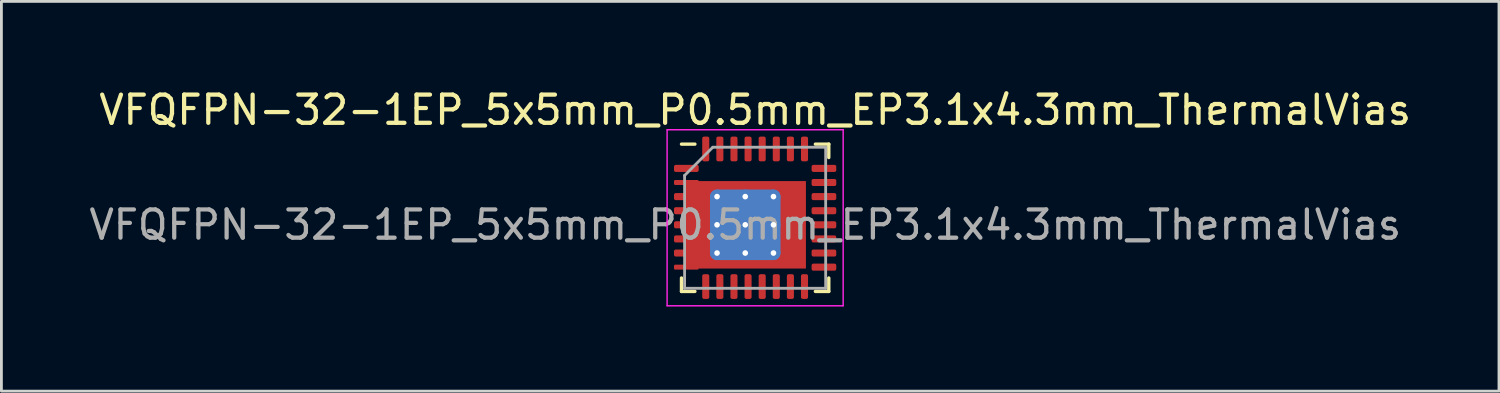
<source format=kicad_pcb>
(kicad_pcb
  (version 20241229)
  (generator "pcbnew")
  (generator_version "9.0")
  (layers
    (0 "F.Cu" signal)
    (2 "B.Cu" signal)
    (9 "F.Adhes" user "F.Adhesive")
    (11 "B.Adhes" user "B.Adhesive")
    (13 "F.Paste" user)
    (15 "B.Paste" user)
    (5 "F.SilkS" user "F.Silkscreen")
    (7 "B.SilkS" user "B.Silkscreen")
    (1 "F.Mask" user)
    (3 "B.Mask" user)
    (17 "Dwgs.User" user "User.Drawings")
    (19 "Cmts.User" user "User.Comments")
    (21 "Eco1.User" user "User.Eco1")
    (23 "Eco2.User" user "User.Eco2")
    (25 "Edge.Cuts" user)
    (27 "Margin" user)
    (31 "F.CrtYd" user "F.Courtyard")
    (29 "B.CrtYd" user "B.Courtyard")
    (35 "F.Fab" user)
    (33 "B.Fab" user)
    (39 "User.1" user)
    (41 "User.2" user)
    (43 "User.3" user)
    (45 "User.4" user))
  (footprint "VFQFPN-32-1EP_5x5mm_P0.5mm_EP3.1x4.3mm_ThermalVias"
    (layer "F.Cu")
    (at 23.713 4.668)
    (property "Reference" "VFQFPN-32-1EP_5x5mm_P0.5mm_EP3.1x4.3mm_ThermalVias" (at 0 -3.82 0) (layer "F.SilkS") (effects (font (size 1 1) (thickness 0.15))))
    (attr smd)
    (fp_line (start -2.61 2.61) (end -2.61 2.135) (stroke (width 0.12) (type solid)) (layer "F.SilkS"))
    (fp_line (start -2.135 -2.61) (end -2.61 -2.61) (stroke (width 0.12) (type solid)) (layer "F.SilkS"))
    (fp_line (start -2.135 2.61) (end -2.61 2.61) (stroke (width 0.12) (type solid)) (layer "F.SilkS"))
    (fp_line (start 2.135 -2.61) (end 2.61 -2.61) (stroke (width 0.12) (type solid)) (layer "F.SilkS"))
    (fp_line (start 2.135 2.61) (end 2.61 2.61) (stroke (width 0.12) (type solid)) (layer "F.SilkS"))
    (fp_line (start 2.61 -2.61) (end 2.61 -2.135) (stroke (width 0.12) (type solid)) (layer "F.SilkS"))
    (fp_line (start 2.61 2.61) (end 2.61 2.135) (stroke (width 0.12) (type solid)) (layer "F.SilkS"))
    (fp_line (start -3.12 -3.12) (end -3.12 3.12) (stroke (width 0.05) (type solid)) (layer "F.CrtYd"))
    (fp_line (start -3.12 3.12) (end 3.12 3.12) (stroke (width 0.05) (type solid)) (layer "F.CrtYd"))
    (fp_line (start 3.12 -3.12) (end -3.12 -3.12) (stroke (width 0.05) (type solid)) (layer "F.CrtYd"))
    (fp_line (start 3.12 3.12) (end 3.12 -3.12) (stroke (width 0.05) (type solid)) (layer "F.CrtYd"))
    (fp_line (start -2.5 -1.5) (end -1.5 -2.5) (stroke (width 0.1) (type solid)) (layer "F.Fab"))
    (fp_line (start -2.5 2.5) (end -2.5 -1.5) (stroke (width 0.1) (type solid)) (layer "F.Fab"))
    (fp_line (start -1.5 -2.5) (end 2.5 -2.5) (stroke (width 0.1) (type solid)) (layer "F.Fab"))
    (fp_line (start 2.5 -2.5) (end 2.5 2.5) (stroke (width 0.1) (type solid)) (layer "F.Fab"))
    (fp_line (start 2.5 2.5) (end -2.5 2.5) (stroke (width 0.1) (type solid)) (layer "F.Fab"))
    (fp_text user "${REFERENCE}" (at -0.35 0.25 0) (layer "F.Fab") (effects (font (size 1 1) (thickness 0.15))))
    (pad "" smd custom (at -1.625 -1.025) (size 0.319 0.319) (layers "F.Paste") (options (anchor circle)) (primitives (gr_poly (pts (xy -0.222 -0.222) (xy 0.222 -0.222) (xy 0.222 0.045) (xy 0.045 0.222) (xy -0.222 0.222)) (width 0) (fill yes))))
    (pad "" smd custom (at -1.625 -0.25) (size 0.35 0.35) (layers "F.Paste") (options (anchor circle)) (primitives (gr_poly (pts (xy -0.222 -0.403) (xy 0.089 -0.403) (xy 0.222 -0.27) (xy 0.222 0.27) (xy 0.089 0.403) (xy -0.222 0.403)) (width 0) (fill yes))))
    (pad "" smd custom (at -1.625 0.75) (size 0.35 0.35) (layers "F.Paste") (options (anchor circle)) (primitives (gr_poly (pts (xy -0.222 -0.403) (xy 0.089 -0.403) (xy 0.222 -0.27) (xy 0.222 0.27) (xy 0.089 0.403) (xy -0.222 0.403)) (width 0) (fill yes))))
    (pad "" smd custom (at -1.625 1.525) (size 0.319 0.319) (layers "F.Paste") (options (anchor circle)) (primitives (gr_poly (pts (xy -0.222 -0.222) (xy 0.045 -0.222) (xy 0.222 -0.045) (xy 0.222 0.222) (xy -0.222 0.222)) (width 0) (fill yes))))
    (pad "" smd custom (at -0.85 -1.025) (size 0.35 0.35) (layers "F.Paste") (options (anchor circle)) (primitives (gr_poly (pts (xy -0.403 -0.222) (xy 0.403 -0.222) (xy 0.403 0.089) (xy 0.27 0.222) (xy -0.27 0.222) (xy -0.403 0.089)) (width 0) (fill yes))))
    (pad "" smd roundrect (at -0.85 -0.25) (size 0.806 0.806) (layers "F.Paste") (roundrect_rratio 0.25))
    (pad "" smd roundrect (at -0.85 0.75) (size 0.806 0.806) (layers "F.Paste") (roundrect_rratio 0.25))
    (pad "" smd custom (at -0.85 1.525) (size 0.35 0.35) (layers "F.Paste") (options (anchor circle)) (primitives (gr_poly (pts (xy -0.403 -0.089) (xy -0.27 -0.222) (xy 0.27 -0.222) (xy 0.403 -0.089) (xy 0.403 0.222) (xy -0.403 0.222)) (width 0) (fill yes))))
    (pad "" smd custom (at 0.15 -1.025) (size 0.35 0.35) (layers "F.Paste") (options (anchor circle)) (primitives (gr_poly (pts (xy -0.403 -0.222) (xy 0.403 -0.222) (xy 0.403 0.089) (xy 0.27 0.222) (xy -0.27 0.222) (xy -0.403 0.089)) (width 0) (fill yes))))
    (pad "" smd roundrect (at 0.15 -0.25) (size 0.806 0.806) (layers "F.Paste") (roundrect_rratio 0.25))
    (pad "" smd roundrect (at 0.15 0.75) (size 0.806 0.806) (layers "F.Paste") (roundrect_rratio 0.25))
    (pad "" smd custom (at 0.15 1.525) (size 0.35 0.35) (layers "F.Paste") (options (anchor circle)) (primitives (gr_poly (pts (xy -0.403 -0.089) (xy -0.27 -0.222) (xy 0.27 -0.222) (xy 0.403 -0.089) (xy 0.403 0.222) (xy -0.403 0.222)) (width 0) (fill yes))))
    (pad "" smd custom (at 0.925 -1.025) (size 0.319 0.319) (layers "F.Paste") (options (anchor circle)) (primitives (gr_poly (pts (xy -0.222 -0.222) (xy 0.822 -0.222) (xy 0.822 0.222) (xy -0.045 0.222) (xy -0.222 0.045)) (width 0) (fill yes))))
    (pad "" smd custom (at 0.925 -0.25) (size 0.35 0.35) (layers "F.Paste") (options (anchor circle)) (primitives (gr_poly (pts (xy -0.222 -0.27) (xy -0.089 -0.403) (xy 0.822 -0.403) (xy 0.822 0.403) (xy -0.089 0.403) (xy -0.222 0.27)) (width 0) (fill yes))))
    (pad "" smd custom (at 0.925 0.75) (size 0.35 0.35) (layers "F.Paste") (options (anchor circle)) (primitives (gr_poly (pts (xy -0.222 -0.27) (xy -0.089 -0.403) (xy 0.822 -0.403) (xy 0.822 0.403) (xy -0.089 0.403) (xy -0.222 0.27)) (width 0) (fill yes))))
    (pad "" smd custom (at 0.925 1.525) (size 0.319 0.319) (layers "F.Paste") (options (anchor circle)) (primitives (gr_poly (pts (xy -0.222 -0.045) (xy -0.045 -0.222) (xy 0.822 -0.222) (xy 0.822 0.222) (xy -0.222 0.222)) (width 0) (fill yes))))
    (pad "1" smd roundrect (at -2.438 -1.75) (size 0.875 0.25) (layers "F.Cu" "F.Mask" "F.Paste") (roundrect_rratio 0.25))
    (pad "2" smd roundrect (at -2.438 -1.25) (size 0.875 0.175) (layers "F.Cu" "F.Mask" "F.Paste") (roundrect_rratio 0.25))
    (pad "3" smd roundrect (at -2.438 -0.75) (size 0.875 0.25) (layers "F.Cu" "F.Mask" "F.Paste") (roundrect_rratio 0.25))
    (pad "4" smd roundrect (at -2.438 -0.25) (size 0.875 0.25) (layers "F.Cu" "F.Mask" "F.Paste") (roundrect_rratio 0.25))
    (pad "5" smd roundrect (at -2.438 0.25) (size 0.875 0.25) (layers "F.Cu" "F.Mask" "F.Paste") (roundrect_rratio 0.25))
    (pad "6" smd roundrect (at -2.438 0.75) (size 0.875 0.25) (layers "F.Cu" "F.Mask" "F.Paste") (roundrect_rratio 0.25))
    (pad "7" smd roundrect (at -2.438 1.25) (size 0.875 0.25) (layers "F.Cu" "F.Mask" "F.Paste") (roundrect_rratio 0.25))
    (pad "8" smd roundrect (at -2.438 1.75) (size 0.875 0.175) (layers "F.Cu" "F.Mask" "F.Paste") (roundrect_rratio 0.25))
    (pad "9" smd roundrect (at -1.75 2.438) (size 0.25 0.875) (layers "F.Cu" "F.Mask" "F.Paste") (roundrect_rratio 0.25))
    (pad "10" smd roundrect (at -1.25 2.438) (size 0.25 0.875) (layers "F.Cu" "F.Mask" "F.Paste") (roundrect_rratio 0.25))
    (pad "11" smd roundrect (at -0.75 2.438) (size 0.25 0.875) (layers "F.Cu" "F.Mask" "F.Paste") (roundrect_rratio 0.25))
    (pad "12" smd roundrect (at -0.25 2.438) (size 0.25 0.875) (layers "F.Cu" "F.Mask" "F.Paste") (roundrect_rratio 0.25))
    (pad "13" smd roundrect (at 0.25 2.438) (size 0.25 0.875) (layers "F.Cu" "F.Mask" "F.Paste") (roundrect_rratio 0.25))
    (pad "14" smd roundrect (at 0.75 2.438) (size 0.25 0.875) (layers "F.Cu" "F.Mask" "F.Paste") (roundrect_rratio 0.25))
    (pad "15" smd roundrect (at 1.25 2.438) (size 0.25 0.875) (layers "F.Cu" "F.Mask" "F.Paste") (roundrect_rratio 0.25))
    (pad "16" smd roundrect (at 1.75 2.438) (size 0.25 0.875) (layers "F.Cu" "F.Mask" "F.Paste") (roundrect_rratio 0.25))
    (pad "17" smd roundrect (at 2.438 1.75) (size 0.875 0.25) (layers "F.Cu" "F.Mask" "F.Paste") (roundrect_rratio 0.25))
    (pad "18" smd roundrect (at 2.438 1.25) (size 0.875 0.25) (layers "F.Cu" "F.Mask" "F.Paste") (roundrect_rratio 0.25))
    (pad "19" smd roundrect (at 2.438 0.75) (size 0.875 0.25) (layers "F.Cu" "F.Mask" "F.Paste") (roundrect_rratio 0.25))
    (pad "20" smd roundrect (at 2.438 0.25) (size 0.875 0.25) (layers "F.Cu" "F.Mask" "F.Paste") (roundrect_rratio 0.25))
    (pad "21" smd roundrect (at 2.438 -0.25) (size 0.875 0.25) (layers "F.Cu" "F.Mask" "F.Paste") (roundrect_rratio 0.25))
    (pad "22" smd roundrect (at 2.438 -0.75) (size 0.875 0.25) (layers "F.Cu" "F.Mask" "F.Paste") (roundrect_rratio 0.25))
    (pad "23" smd roundrect (at 2.438 -1.25) (size 0.875 0.25) (layers "F.Cu" "F.Mask" "F.Paste") (roundrect_rratio 0.25))
    (pad "24" smd roundrect (at 2.438 -1.75) (size 0.875 0.25) (layers "F.Cu" "F.Mask" "F.Paste") (roundrect_rratio 0.25))
    (pad "25" smd roundrect (at 1.75 -2.438) (size 0.25 0.875) (layers "F.Cu" "F.Mask" "F.Paste") (roundrect_rratio 0.25))
    (pad "26" smd roundrect (at 1.25 -2.438) (size 0.25 0.875) (layers "F.Cu" "F.Mask" "F.Paste") (roundrect_rratio 0.25))
    (pad "27" smd roundrect (at 0.75 -2.438) (size 0.25 0.875) (layers "F.Cu" "F.Mask" "F.Paste") (roundrect_rratio 0.25))
    (pad "28" smd roundrect (at 0.25 -2.438) (size 0.25 0.875) (layers "F.Cu" "F.Mask" "F.Paste") (roundrect_rratio 0.25))
    (pad "29" smd roundrect (at -0.25 -2.438) (size 0.25 0.875) (layers "F.Cu" "F.Mask" "F.Paste") (roundrect_rratio 0.25))
    (pad "30" smd roundrect (at -0.75 -2.438) (size 0.25 0.875) (layers "F.Cu" "F.Mask" "F.Paste") (roundrect_rratio 0.25))
    (pad "31" smd roundrect (at -1.25 -2.438) (size 0.25 0.875) (layers "F.Cu" "F.Mask" "F.Paste") (roundrect_rratio 0.25))
    (pad "32" smd roundrect (at -1.75 -2.438) (size 0.25 0.875) (layers "F.Cu" "F.Mask" "F.Paste") (roundrect_rratio 0.25))
    (pad "33" thru_hole circle (at -1.35 -0.75) (size 0.5 0.5) (drill 0.2) (layers "*.Cu"))
    (pad "33" thru_hole circle (at -1.35 0.25) (size 0.5 0.5) (drill 0.2) (layers "*.Cu"))
    (pad "33" thru_hole circle (at -1.35 1.25) (size 0.5 0.5) (drill 0.2) (layers "*.Cu"))
    (pad "33" thru_hole circle (at -0.35 -0.75) (size 0.5 0.5) (drill 0.2) (layers "*.Cu"))
    (pad "33" thru_hole circle (at -0.35 0.25) (size 0.5 0.5) (drill 0.2) (layers "*.Cu"))
    (pad "33" smd roundrect (at -0.35 0.25) (size 2.5 2.5) (layers "B.Cu") (roundrect_rratio 0.1))
    (pad "33" smd rect (at -0.35 0.25) (size 4.3 3.1) (layers "F.Cu" "F.Mask"))
    (pad "33" thru_hole circle (at -0.35 1.25) (size 0.5 0.5) (drill 0.2) (layers "*.Cu"))
    (pad "33" thru_hole circle (at 0.65 -0.75) (size 0.5 0.5) (drill 0.2) (layers "*.Cu"))
    (pad "33" thru_hole circle (at 0.65 0.25) (size 0.5 0.5) (drill 0.2) (layers "*.Cu"))
    (pad "33" thru_hole circle (at 0.65 1.25) (size 0.5 0.5) (drill 0.2) (layers "*.Cu")))
  (gr_rect
    (start -3 -3)
    (end 50.076 10.813)
    (stroke (width 0.1) (type default))
    (fill no)
    (layer "Edge.Cuts")))
</source>
